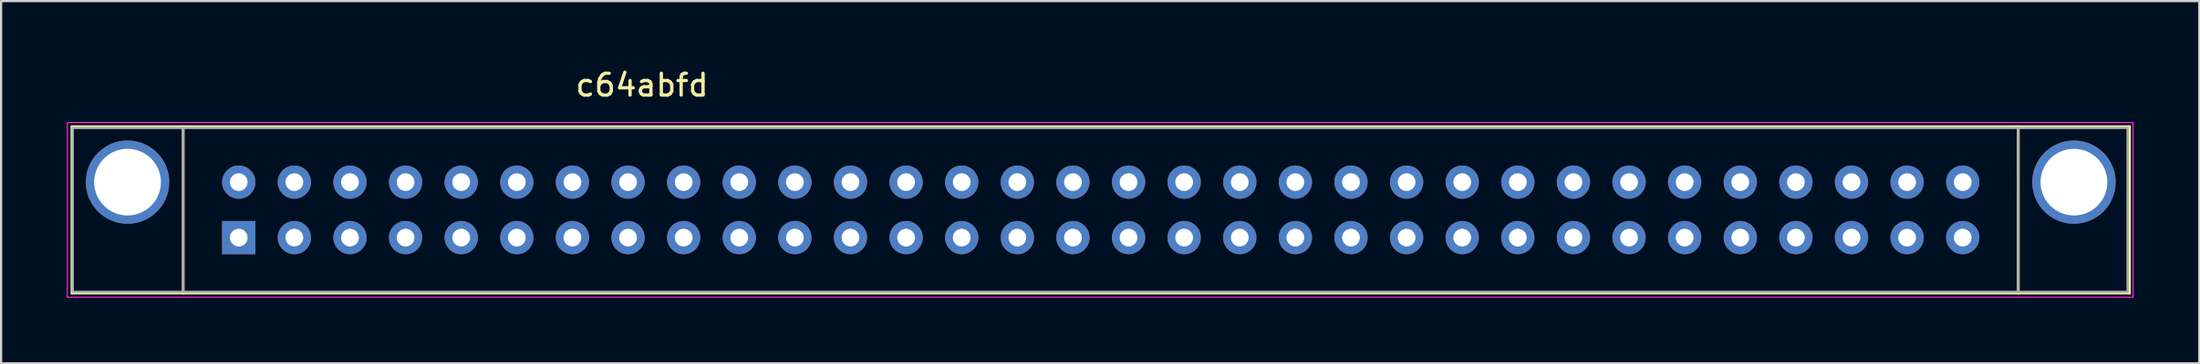
<source format=kicad_pcb>
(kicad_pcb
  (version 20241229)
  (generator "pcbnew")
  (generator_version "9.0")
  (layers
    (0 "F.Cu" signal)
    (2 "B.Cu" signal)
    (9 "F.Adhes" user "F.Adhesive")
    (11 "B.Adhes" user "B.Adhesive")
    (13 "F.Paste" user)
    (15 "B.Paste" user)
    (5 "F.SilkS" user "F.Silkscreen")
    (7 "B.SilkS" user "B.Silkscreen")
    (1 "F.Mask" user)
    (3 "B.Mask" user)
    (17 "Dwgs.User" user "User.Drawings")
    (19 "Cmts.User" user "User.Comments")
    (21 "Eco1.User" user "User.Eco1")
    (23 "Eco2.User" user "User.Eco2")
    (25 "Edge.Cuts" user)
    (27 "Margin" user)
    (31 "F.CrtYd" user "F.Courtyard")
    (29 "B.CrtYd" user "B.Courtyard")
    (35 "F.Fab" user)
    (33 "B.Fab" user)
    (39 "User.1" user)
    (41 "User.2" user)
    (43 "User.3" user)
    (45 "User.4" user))
  (footprint "c64abfd"
    (layer "F.Cu")
    (at 7.855 7.828)
    (property "Reference" "c64abfd" (at 18.42 -6.98 0) (layer "F.SilkS") (effects (font (size 1 1) (thickness 0.15))))
    (attr through_hole)
    (fp_line (start -7.62 -5.08) (end 86.36 -5.08) (stroke (width 0.12) (type solid)) (layer "F.SilkS"))
    (fp_line (start -7.62 2.54) (end -7.62 -5.08) (stroke (width 0.12) (type solid)) (layer "F.SilkS"))
    (fp_line (start -2.54 2.54) (end -2.54 -5.08) (stroke (width 0.12) (type solid)) (layer "F.SilkS"))
    (fp_line (start 81.28 2.54) (end 81.28 -5.08) (stroke (width 0.12) (type solid)) (layer "F.SilkS"))
    (fp_line (start 86.36 -5.08) (end 86.36 2.54) (stroke (width 0.12) (type solid)) (layer "F.SilkS"))
    (fp_line (start 86.36 2.54) (end -7.62 2.54) (stroke (width 0.12) (type solid)) (layer "F.SilkS"))
    (fp_line (start -7.83 -5.27) (end -7.83 2.73) (stroke (width 0.05) (type solid)) (layer "F.CrtYd"))
    (fp_line (start -7.83 -5.27) (end 86.52 -5.27) (stroke (width 0.05) (type solid)) (layer "F.CrtYd"))
    (fp_line (start 86.52 2.73) (end -7.83 2.73) (stroke (width 0.05) (type solid)) (layer "F.CrtYd"))
    (fp_line (start 86.52 2.73) (end 86.52 -5.27) (stroke (width 0.05) (type solid)) (layer "F.CrtYd"))
    (fp_line (start -7.58 -5.02) (end 86.27 -5.02) (stroke (width 0.1) (type solid)) (layer "F.Fab"))
    (fp_line (start -7.58 2.48) (end -7.58 -5.02) (stroke (width 0.1) (type solid)) (layer "F.Fab"))
    (fp_line (start -2.53 -5.02) (end -2.53 2.48) (stroke (width 0.1) (type solid)) (layer "F.Fab"))
    (fp_line (start 81.27 2.48) (end 81.27 -5.02) (stroke (width 0.1) (type solid)) (layer "F.Fab"))
    (fp_line (start 86.27 2.48) (end -7.58 2.48) (stroke (width 0.1) (type solid)) (layer "F.Fab"))
    (fp_line (start 86.27 2.48) (end 86.27 -5.02) (stroke (width 0.1) (type solid)) (layer "F.Fab"))
    (pad "65" thru_hole circle (at -5.08 -2.54) (size 3.81 3.81) (drill 3.05) (layers "*.Cu" "*.Mask"))
    (pad "66" thru_hole circle (at 83.82 -2.54) (size 3.81 3.81) (drill 3.05) (layers "*.Cu" "*.Mask"))
    (pad "A1" thru_hole rect (at 0 0) (size 1.52 1.52) (drill 0.81) (layers "*.Cu" "*.Mask"))
    (pad "A2" thru_hole circle (at 2.54 0) (size 1.52 1.52) (drill 0.81) (layers "*.Cu" "*.Mask"))
    (pad "A3" thru_hole circle (at 5.08 0) (size 1.52 1.52) (drill 0.81) (layers "*.Cu" "*.Mask"))
    (pad "A4" thru_hole circle (at 7.62 0) (size 1.52 1.52) (drill 0.81) (layers "*.Cu" "*.Mask"))
    (pad "A5" thru_hole circle (at 10.16 0) (size 1.52 1.52) (drill 0.81) (layers "*.Cu" "*.Mask"))
    (pad "A6" thru_hole circle (at 12.7 0) (size 1.52 1.52) (drill 0.81) (layers "*.Cu" "*.Mask"))
    (pad "A7" thru_hole circle (at 15.24 0) (size 1.52 1.52) (drill 0.81) (layers "*.Cu" "*.Mask"))
    (pad "A8" thru_hole circle (at 17.78 0) (size 1.52 1.52) (drill 0.81) (layers "*.Cu" "*.Mask"))
    (pad "A9" thru_hole circle (at 20.32 0) (size 1.52 1.52) (drill 0.81) (layers "*.Cu" "*.Mask"))
    (pad "A10" thru_hole circle (at 22.86 0) (size 1.52 1.52) (drill 0.81) (layers "*.Cu" "*.Mask"))
    (pad "A11" thru_hole circle (at 25.4 0) (size 1.52 1.52) (drill 0.81) (layers "*.Cu" "*.Mask"))
    (pad "A12" thru_hole circle (at 27.94 0) (size 1.52 1.52) (drill 0.81) (layers "*.Cu" "*.Mask"))
    (pad "A13" thru_hole circle (at 30.48 0) (size 1.52 1.52) (drill 0.81) (layers "*.Cu" "*.Mask"))
    (pad "A14" thru_hole circle (at 33.02 0) (size 1.52 1.52) (drill 0.81) (layers "*.Cu" "*.Mask"))
    (pad "A15" thru_hole circle (at 35.56 0) (size 1.52 1.52) (drill 0.81) (layers "*.Cu" "*.Mask"))
    (pad "A16" thru_hole circle (at 38.1 0) (size 1.52 1.52) (drill 0.81) (layers "*.Cu" "*.Mask"))
    (pad "A17" thru_hole circle (at 40.64 0) (size 1.52 1.52) (drill 0.81) (layers "*.Cu" "*.Mask"))
    (pad "A18" thru_hole circle (at 43.18 0) (size 1.52 1.52) (drill 0.81) (layers "*.Cu" "*.Mask"))
    (pad "A19" thru_hole circle (at 45.72 0) (size 1.52 1.52) (drill 0.81) (layers "*.Cu" "*.Mask"))
    (pad "A20" thru_hole circle (at 48.26 0) (size 1.52 1.52) (drill 0.81) (layers "*.Cu" "*.Mask"))
    (pad "A21" thru_hole circle (at 50.8 0) (size 1.52 1.52) (drill 0.81) (layers "*.Cu" "*.Mask"))
    (pad "A22" thru_hole circle (at 53.34 0) (size 1.52 1.52) (drill 0.81) (layers "*.Cu" "*.Mask"))
    (pad "A23" thru_hole circle (at 55.88 0) (size 1.52 1.52) (drill 0.81) (layers "*.Cu" "*.Mask"))
    (pad "A24" thru_hole circle (at 58.42 0) (size 1.52 1.52) (drill 0.81) (layers "*.Cu" "*.Mask"))
    (pad "A25" thru_hole circle (at 60.96 0) (size 1.52 1.52) (drill 0.81) (layers "*.Cu" "*.Mask"))
    (pad "A26" thru_hole circle (at 63.5 0) (size 1.52 1.52) (drill 0.81) (layers "*.Cu" "*.Mask"))
    (pad "A27" thru_hole circle (at 66.04 0) (size 1.52 1.52) (drill 0.81) (layers "*.Cu" "*.Mask"))
    (pad "A28" thru_hole circle (at 68.58 0) (size 1.52 1.52) (drill 0.81) (layers "*.Cu" "*.Mask"))
    (pad "A29" thru_hole circle (at 71.12 0) (size 1.52 1.52) (drill 0.81) (layers "*.Cu" "*.Mask"))
    (pad "A30" thru_hole circle (at 73.66 0) (size 1.52 1.52) (drill 0.81) (layers "*.Cu" "*.Mask"))
    (pad "A31" thru_hole circle (at 76.2 0) (size 1.52 1.52) (drill 0.81) (layers "*.Cu" "*.Mask"))
    (pad "A32" thru_hole circle (at 78.74 0) (size 1.52 1.52) (drill 0.81) (layers "*.Cu" "*.Mask"))
    (pad "B1" thru_hole circle (at 0 -2.54) (size 1.52 1.52) (drill 0.81) (layers "*.Cu" "*.Mask"))
    (pad "B2" thru_hole circle (at 2.54 -2.54) (size 1.52 1.52) (drill 0.81) (layers "*.Cu" "*.Mask"))
    (pad "B3" thru_hole circle (at 5.08 -2.54) (size 1.52 1.52) (drill 0.81) (layers "*.Cu" "*.Mask"))
    (pad "B4" thru_hole circle (at 7.62 -2.54) (size 1.52 1.52) (drill 0.81) (layers "*.Cu" "*.Mask"))
    (pad "B5" thru_hole circle (at 10.16 -2.54) (size 1.52 1.52) (drill 0.81) (layers "*.Cu" "*.Mask"))
    (pad "B6" thru_hole circle (at 12.7 -2.54) (size 1.52 1.52) (drill 0.81) (layers "*.Cu" "*.Mask"))
    (pad "B7" thru_hole circle (at 15.24 -2.54) (size 1.52 1.52) (drill 0.81) (layers "*.Cu" "*.Mask"))
    (pad "B8" thru_hole circle (at 17.78 -2.54) (size 1.52 1.52) (drill 0.81) (layers "*.Cu" "*.Mask"))
    (pad "B9" thru_hole circle (at 20.32 -2.54) (size 1.52 1.52) (drill 0.81) (layers "*.Cu" "*.Mask"))
    (pad "B10" thru_hole circle (at 22.86 -2.54) (size 1.52 1.52) (drill 0.81) (layers "*.Cu" "*.Mask"))
    (pad "B11" thru_hole circle (at 25.4 -2.54) (size 1.52 1.52) (drill 0.81) (layers "*.Cu" "*.Mask"))
    (pad "B12" thru_hole circle (at 27.94 -2.54) (size 1.52 1.52) (drill 0.81) (layers "*.Cu" "*.Mask"))
    (pad "B13" thru_hole circle (at 30.48 -2.54) (size 1.52 1.52) (drill 0.81) (layers "*.Cu" "*.Mask"))
    (pad "B14" thru_hole circle (at 33.02 -2.54) (size 1.52 1.52) (drill 0.81) (layers "*.Cu" "*.Mask"))
    (pad "B15" thru_hole circle (at 35.56 -2.54) (size 1.52 1.52) (drill 0.81) (layers "*.Cu" "*.Mask"))
    (pad "B16" thru_hole circle (at 38.1 -2.54) (size 1.52 1.52) (drill 0.81) (layers "*.Cu" "*.Mask"))
    (pad "B17" thru_hole circle (at 40.64 -2.54) (size 1.52 1.52) (drill 0.81) (layers "*.Cu" "*.Mask"))
    (pad "B18" thru_hole circle (at 43.18 -2.54) (size 1.52 1.52) (drill 0.81) (layers "*.Cu" "*.Mask"))
    (pad "B19" thru_hole circle (at 45.72 -2.54) (size 1.52 1.52) (drill 0.81) (layers "*.Cu" "*.Mask"))
    (pad "B20" thru_hole circle (at 48.26 -2.54) (size 1.52 1.52) (drill 0.81) (layers "*.Cu" "*.Mask"))
    (pad "B21" thru_hole circle (at 50.8 -2.54) (size 1.52 1.52) (drill 0.81) (layers "*.Cu" "*.Mask"))
    (pad "B22" thru_hole circle (at 53.34 -2.54) (size 1.52 1.52) (drill 0.81) (layers "*.Cu" "*.Mask"))
    (pad "B23" thru_hole circle (at 55.88 -2.54) (size 1.52 1.52) (drill 0.81) (layers "*.Cu" "*.Mask"))
    (pad "B24" thru_hole circle (at 58.42 -2.54) (size 1.52 1.52) (drill 0.81) (layers "*.Cu" "*.Mask"))
    (pad "B25" thru_hole circle (at 60.96 -2.54) (size 1.52 1.52) (drill 0.81) (layers "*.Cu" "*.Mask"))
    (pad "B26" thru_hole circle (at 63.5 -2.54) (size 1.52 1.52) (drill 0.81) (layers "*.Cu" "*.Mask"))
    (pad "B27" thru_hole circle (at 66.04 -2.54) (size 1.52 1.52) (drill 0.81) (layers "*.Cu" "*.Mask"))
    (pad "B28" thru_hole circle (at 68.58 -2.54) (size 1.52 1.52) (drill 0.81) (layers "*.Cu" "*.Mask"))
    (pad "B29" thru_hole circle (at 71.12 -2.54) (size 1.52 1.52) (drill 0.81) (layers "*.Cu" "*.Mask"))
    (pad "B30" thru_hole circle (at 73.66 -2.54) (size 1.52 1.52) (drill 0.81) (layers "*.Cu" "*.Mask"))
    (pad "B31" thru_hole circle (at 76.2 -2.54) (size 1.52 1.52) (drill 0.81) (layers "*.Cu" "*.Mask"))
    (pad "B32" thru_hole circle (at 78.74 -2.54) (size 1.52 1.52) (drill 0.81) (layers "*.Cu" "*.Mask")))
  (gr_rect
    (start -3 -3)
    (end 97.4 13.583)
    (stroke (width 0.1) (type default))
    (fill no)
    (layer "Edge.Cuts")))
</source>
